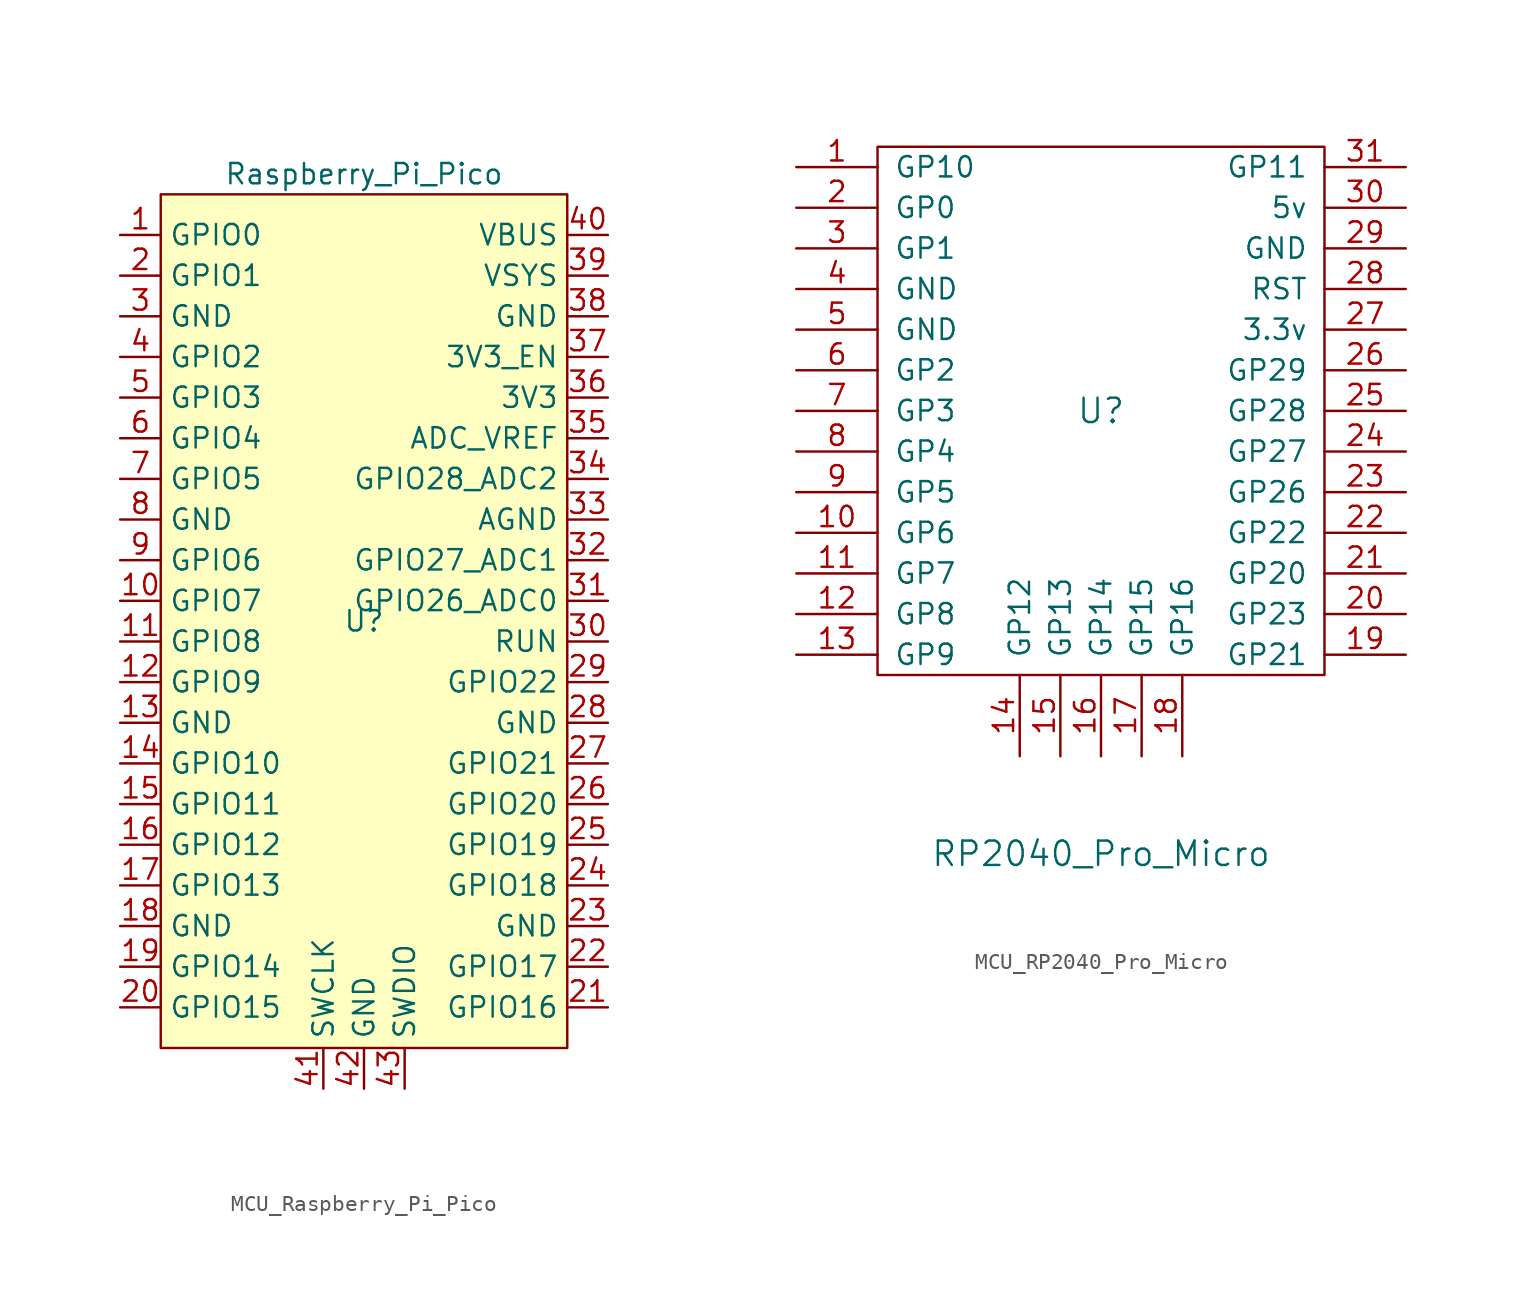
<source format=kicad_sym>
(kicad_symbol_lib
  (version 20231120)
  (generator "kicad_symbol_editor")
  (generator_version "8.0")
  (symbol "MCU_Raspberry_Pi_Pico"
    (property "Reference" "U"
      (at 0 0 0)
      (effects (font (size 1.27 1.27))))
    (property "Value" "Raspberry_Pi_Pico"
      (at 0 27.94 0)
      (effects (font (size 1.27 1.27))))
    (symbol "MCU_Raspberry_Pi_Pico_0_1"
      (rectangle (start -12.7 26.67) (end 12.7 -26.67) (stroke (width 0) (type default)) (fill (type background))))
    (symbol "MCU_Raspberry_Pi_Pico_1_1"
      (pin bidirectional line (at -15.24 24.13 0) (length 2.54) (name "GPIO0" (effects (font (size 1.27 1.27)))) (number "1" (effects (font (size 1.27 1.27)))))
      (pin bidirectional line (at -15.24 1.27 0) (length 2.54) (name "GPIO7" (effects (font (size 1.27 1.27)))) (number "10" (effects (font (size 1.27 1.27)))))
      (pin bidirectional line (at -15.24 -1.27 0) (length 2.54) (name "GPIO8" (effects (font (size 1.27 1.27)))) (number "11" (effects (font (size 1.27 1.27)))))
      (pin bidirectional line (at -15.24 -3.81 0) (length 2.54) (name "GPIO9" (effects (font (size 1.27 1.27)))) (number "12" (effects (font (size 1.27 1.27)))))
      (pin power_in line (at -15.24 -6.35 0) (length 2.54) (name "GND" (effects (font (size 1.27 1.27)))) (number "13" (effects (font (size 1.27 1.27)))))
      (pin bidirectional line (at -15.24 -8.89 0) (length 2.54) (name "GPIO10" (effects (font (size 1.27 1.27)))) (number "14" (effects (font (size 1.27 1.27)))))
      (pin bidirectional line (at -15.24 -11.43 0) (length 2.54) (name "GPIO11" (effects (font (size 1.27 1.27)))) (number "15" (effects (font (size 1.27 1.27)))))
      (pin bidirectional line (at -15.24 -13.97 0) (length 2.54) (name "GPIO12" (effects (font (size 1.27 1.27)))) (number "16" (effects (font (size 1.27 1.27)))))
      (pin bidirectional line (at -15.24 -16.51 0) (length 2.54) (name "GPIO13" (effects (font (size 1.27 1.27)))) (number "17" (effects (font (size 1.27 1.27)))))
      (pin power_in line (at -15.24 -19.05 0) (length 2.54) (name "GND" (effects (font (size 1.27 1.27)))) (number "18" (effects (font (size 1.27 1.27)))))
      (pin bidirectional line (at -15.24 -21.59 0) (length 2.54) (name "GPIO14" (effects (font (size 1.27 1.27)))) (number "19" (effects (font (size 1.27 1.27)))))
      (pin bidirectional line (at -15.24 21.59 0) (length 2.54) (name "GPIO1" (effects (font (size 1.27 1.27)))) (number "2" (effects (font (size 1.27 1.27)))))
      (pin bidirectional line (at -15.24 -24.13 0) (length 2.54) (name "GPIO15" (effects (font (size 1.27 1.27)))) (number "20" (effects (font (size 1.27 1.27)))))
      (pin bidirectional line (at 15.24 -24.13 180) (length 2.54) (name "GPIO16" (effects (font (size 1.27 1.27)))) (number "21" (effects (font (size 1.27 1.27)))))
      (pin bidirectional line (at 15.24 -21.59 180) (length 2.54) (name "GPIO17" (effects (font (size 1.27 1.27)))) (number "22" (effects (font (size 1.27 1.27)))))
      (pin power_in line (at 15.24 -19.05 180) (length 2.54) (name "GND" (effects (font (size 1.27 1.27)))) (number "23" (effects (font (size 1.27 1.27)))))
      (pin bidirectional line (at 15.24 -16.51 180) (length 2.54) (name "GPIO18" (effects (font (size 1.27 1.27)))) (number "24" (effects (font (size 1.27 1.27)))))
      (pin bidirectional line (at 15.24 -13.97 180) (length 2.54) (name "GPIO19" (effects (font (size 1.27 1.27)))) (number "25" (effects (font (size 1.27 1.27)))))
      (pin bidirectional line (at 15.24 -11.43 180) (length 2.54) (name "GPIO20" (effects (font (size 1.27 1.27)))) (number "26" (effects (font (size 1.27 1.27)))))
      (pin bidirectional line (at 15.24 -8.89 180) (length 2.54) (name "GPIO21" (effects (font (size 1.27 1.27)))) (number "27" (effects (font (size 1.27 1.27)))))
      (pin power_in line (at 15.24 -6.35 180) (length 2.54) (name "GND" (effects (font (size 1.27 1.27)))) (number "28" (effects (font (size 1.27 1.27)))))
      (pin bidirectional line (at 15.24 -3.81 180) (length 2.54) (name "GPIO22" (effects (font (size 1.27 1.27)))) (number "29" (effects (font (size 1.27 1.27)))))
      (pin power_in line (at -15.24 19.05 0) (length 2.54) (name "GND" (effects (font (size 1.27 1.27)))) (number "3" (effects (font (size 1.27 1.27)))))
      (pin input line (at 15.24 -1.27 180) (length 2.54) (name "RUN" (effects (font (size 1.27 1.27)))) (number "30" (effects (font (size 1.27 1.27)))))
      (pin bidirectional line (at 15.24 1.27 180) (length 2.54) (name "GPIO26_ADC0" (effects (font (size 1.27 1.27)))) (number "31" (effects (font (size 1.27 1.27)))))
      (pin bidirectional line (at 15.24 3.81 180) (length 2.54) (name "GPIO27_ADC1" (effects (font (size 1.27 1.27)))) (number "32" (effects (font (size 1.27 1.27)))))
      (pin power_in line (at 15.24 6.35 180) (length 2.54) (name "AGND" (effects (font (size 1.27 1.27)))) (number "33" (effects (font (size 1.27 1.27)))))
      (pin bidirectional line (at 15.24 8.89 180) (length 2.54) (name "GPIO28_ADC2" (effects (font (size 1.27 1.27)))) (number "34" (effects (font (size 1.27 1.27)))))
      (pin power_in line (at 15.24 11.43 180) (length 2.54) (name "ADC_VREF" (effects (font (size 1.27 1.27)))) (number "35" (effects (font (size 1.27 1.27)))))
      (pin power_in line (at 15.24 13.97 180) (length 2.54) (name "3V3" (effects (font (size 1.27 1.27)))) (number "36" (effects (font (size 1.27 1.27)))))
      (pin input line (at 15.24 16.51 180) (length 2.54) (name "3V3_EN" (effects (font (size 1.27 1.27)))) (number "37" (effects (font (size 1.27 1.27)))))
      (pin bidirectional line (at 15.24 19.05 180) (length 2.54) (name "GND" (effects (font (size 1.27 1.27)))) (number "38" (effects (font (size 1.27 1.27)))))
      (pin power_in line (at 15.24 21.59 180) (length 2.54) (name "VSYS" (effects (font (size 1.27 1.27)))) (number "39" (effects (font (size 1.27 1.27)))))
      (pin bidirectional line (at -15.24 16.51 0) (length 2.54) (name "GPIO2" (effects (font (size 1.27 1.27)))) (number "4" (effects (font (size 1.27 1.27)))))
      (pin power_in line (at 15.24 24.13 180) (length 2.54) (name "VBUS" (effects (font (size 1.27 1.27)))) (number "40" (effects (font (size 1.27 1.27)))))
      (pin input line (at -2.54 -29.21 90) (length 2.54) (name "SWCLK" (effects (font (size 1.27 1.27)))) (number "41" (effects (font (size 1.27 1.27)))))
      (pin power_in line (at 0 -29.21 90) (length 2.54) (name "GND" (effects (font (size 1.27 1.27)))) (number "42" (effects (font (size 1.27 1.27)))))
      (pin bidirectional line (at 2.54 -29.21 90) (length 2.54) (name "SWDIO" (effects (font (size 1.27 1.27)))) (number "43" (effects (font (size 1.27 1.27)))))
      (pin bidirectional line (at -15.24 13.97 0) (length 2.54) (name "GPIO3" (effects (font (size 1.27 1.27)))) (number "5" (effects (font (size 1.27 1.27)))))
      (pin bidirectional line (at -15.24 11.43 0) (length 2.54) (name "GPIO4" (effects (font (size 1.27 1.27)))) (number "6" (effects (font (size 1.27 1.27)))))
      (pin bidirectional line (at -15.24 8.89 0) (length 2.54) (name "GPIO5" (effects (font (size 1.27 1.27)))) (number "7" (effects (font (size 1.27 1.27)))))
      (pin power_in line (at -15.24 6.35 0) (length 2.54) (name "GND" (effects (font (size 1.27 1.27)))) (number "8" (effects (font (size 1.27 1.27)))))
      (pin bidirectional line (at -15.24 3.81 0) (length 2.54) (name "GPIO6" (effects (font (size 1.27 1.27)))) (number "9" (effects (font (size 1.27 1.27)))))))
  (symbol "MCU_RP2040_Pro_Micro"
    (pin_names
      (offset 1.016))
    (property "Reference" "U"
      (at 0 0 0)
      (effects (font (size 1.524 1.524))))
    (property "Value" "RP2040_Pro_Micro"
      (at 0 -27.686 0)
      (effects (font (size 1.524 1.524))))
    (symbol "MCU_RP2040_Pro_Micro_0_1"
      (rectangle (start -13.97 16.51) (end 13.97 -16.51) (stroke (width 0) (type solid)) (fill (type none))))
    (symbol "MCU_RP2040_Pro_Micro_1_1"
      (pin input line (at -19.05 15.24 0) (length 5.08) (name "GP10" (effects (font (size 1.27 1.27)))) (number "1" (effects (font (size 1.27 1.27)))))
      (pin input line (at -19.05 -7.62 0) (length 5.08) (name "GP6" (effects (font (size 1.27 1.27)))) (number "10" (effects (font (size 1.27 1.27)))))
      (pin input line (at -19.05 -10.16 0) (length 5.08) (name "GP7" (effects (font (size 1.27 1.27)))) (number "11" (effects (font (size 1.27 1.27)))))
      (pin input line (at -19.05 -12.7 0) (length 5.08) (name "GP8" (effects (font (size 1.27 1.27)))) (number "12" (effects (font (size 1.27 1.27)))))
      (pin input line (at -19.05 -15.24 0) (length 5.08) (name "GP9" (effects (font (size 1.27 1.27)))) (number "13" (effects (font (size 1.27 1.27)))))
      (pin input line (at -5.08 -21.59 90) (length 5.08) (name "GP12" (effects (font (size 1.27 1.27)))) (number "14" (effects (font (size 1.27 1.27)))))
      (pin input line (at -2.54 -21.59 90) (length 5.08) (name "GP13" (effects (font (size 1.27 1.27)))) (number "15" (effects (font (size 1.27 1.27)))))
      (pin input line (at 0 -21.59 90) (length 5.08) (name "GP14" (effects (font (size 1.27 1.27)))) (number "16" (effects (font (size 1.27 1.27)))))
      (pin input line (at 2.54 -21.59 90) (length 5.08) (name "GP15" (effects (font (size 1.27 1.27)))) (number "17" (effects (font (size 1.27 1.27)))))
      (pin input line (at 5.08 -21.59 90) (length 5.08) (name "GP16" (effects (font (size 1.27 1.27)))) (number "18" (effects (font (size 1.27 1.27)))))
      (pin input line (at 19.05 -15.24 180) (length 5.08) (name "GP21" (effects (font (size 1.27 1.27)))) (number "19" (effects (font (size 1.27 1.27)))))
      (pin input line (at -19.05 12.7 0) (length 5.08) (name "GP0" (effects (font (size 1.27 1.27)))) (number "2" (effects (font (size 1.27 1.27)))))
      (pin input line (at 19.05 -12.7 180) (length 5.08) (name "GP23" (effects (font (size 1.27 1.27)))) (number "20" (effects (font (size 1.27 1.27)))))
      (pin input line (at 19.05 -10.16 180) (length 5.08) (name "GP20" (effects (font (size 1.27 1.27)))) (number "21" (effects (font (size 1.27 1.27)))))
      (pin input line (at 19.05 -7.62 180) (length 5.08) (name "GP22" (effects (font (size 1.27 1.27)))) (number "22" (effects (font (size 1.27 1.27)))))
      (pin input line (at 19.05 -5.08 180) (length 5.08) (name "GP26" (effects (font (size 1.27 1.27)))) (number "23" (effects (font (size 1.27 1.27)))))
      (pin input line (at 19.05 -2.54 180) (length 5.08) (name "GP27" (effects (font (size 1.27 1.27)))) (number "24" (effects (font (size 1.27 1.27)))))
      (pin input line (at 19.05 0 180) (length 5.08) (name "GP28" (effects (font (size 1.27 1.27)))) (number "25" (effects (font (size 1.27 1.27)))))
      (pin input line (at 19.05 2.54 180) (length 5.08) (name "GP29" (effects (font (size 1.27 1.27)))) (number "26" (effects (font (size 1.27 1.27)))))
      (pin input line (at 19.05 5.08 180) (length 5.08) (name "3.3v" (effects (font (size 1.27 1.27)))) (number "27" (effects (font (size 1.27 1.27)))))
      (pin input line (at 19.05 7.62 180) (length 5.08) (name "RST" (effects (font (size 1.27 1.27)))) (number "28" (effects (font (size 1.27 1.27)))))
      (pin input line (at 19.05 10.16 180) (length 5.08) (name "GND" (effects (font (size 1.27 1.27)))) (number "29" (effects (font (size 1.27 1.27)))))
      (pin input line (at -19.05 10.16 0) (length 5.08) (name "GP1" (effects (font (size 1.27 1.27)))) (number "3" (effects (font (size 1.27 1.27)))))
      (pin input line (at 19.05 12.7 180) (length 5.08) (name "5v" (effects (font (size 1.27 1.27)))) (number "30" (effects (font (size 1.27 1.27)))))
      (pin input line (at 19.05 15.24 180) (length 5.08) (name "GP11" (effects (font (size 1.27 1.27)))) (number "31" (effects (font (size 1.27 1.27)))))
      (pin input line (at -19.05 7.62 0) (length 5.08) (name "GND" (effects (font (size 1.27 1.27)))) (number "4" (effects (font (size 1.27 1.27)))))
      (pin input line (at -19.05 5.08 0) (length 5.08) (name "GND" (effects (font (size 1.27 1.27)))) (number "5" (effects (font (size 1.27 1.27)))))
      (pin input line (at -19.05 2.54 0) (length 5.08) (name "GP2" (effects (font (size 1.27 1.27)))) (number "6" (effects (font (size 1.27 1.27)))))
      (pin input line (at -19.05 0 0) (length 5.08) (name "GP3" (effects (font (size 1.27 1.27)))) (number "7" (effects (font (size 1.27 1.27)))))
      (pin input line (at -19.05 -2.54 0) (length 5.08) (name "GP4" (effects (font (size 1.27 1.27)))) (number "8" (effects (font (size 1.27 1.27)))))
      (pin input line (at -19.05 -5.08 0) (length 5.08) (name "GP5" (effects (font (size 1.27 1.27)))) (number "9" (effects (font (size 1.27 1.27))))))))
</source>
